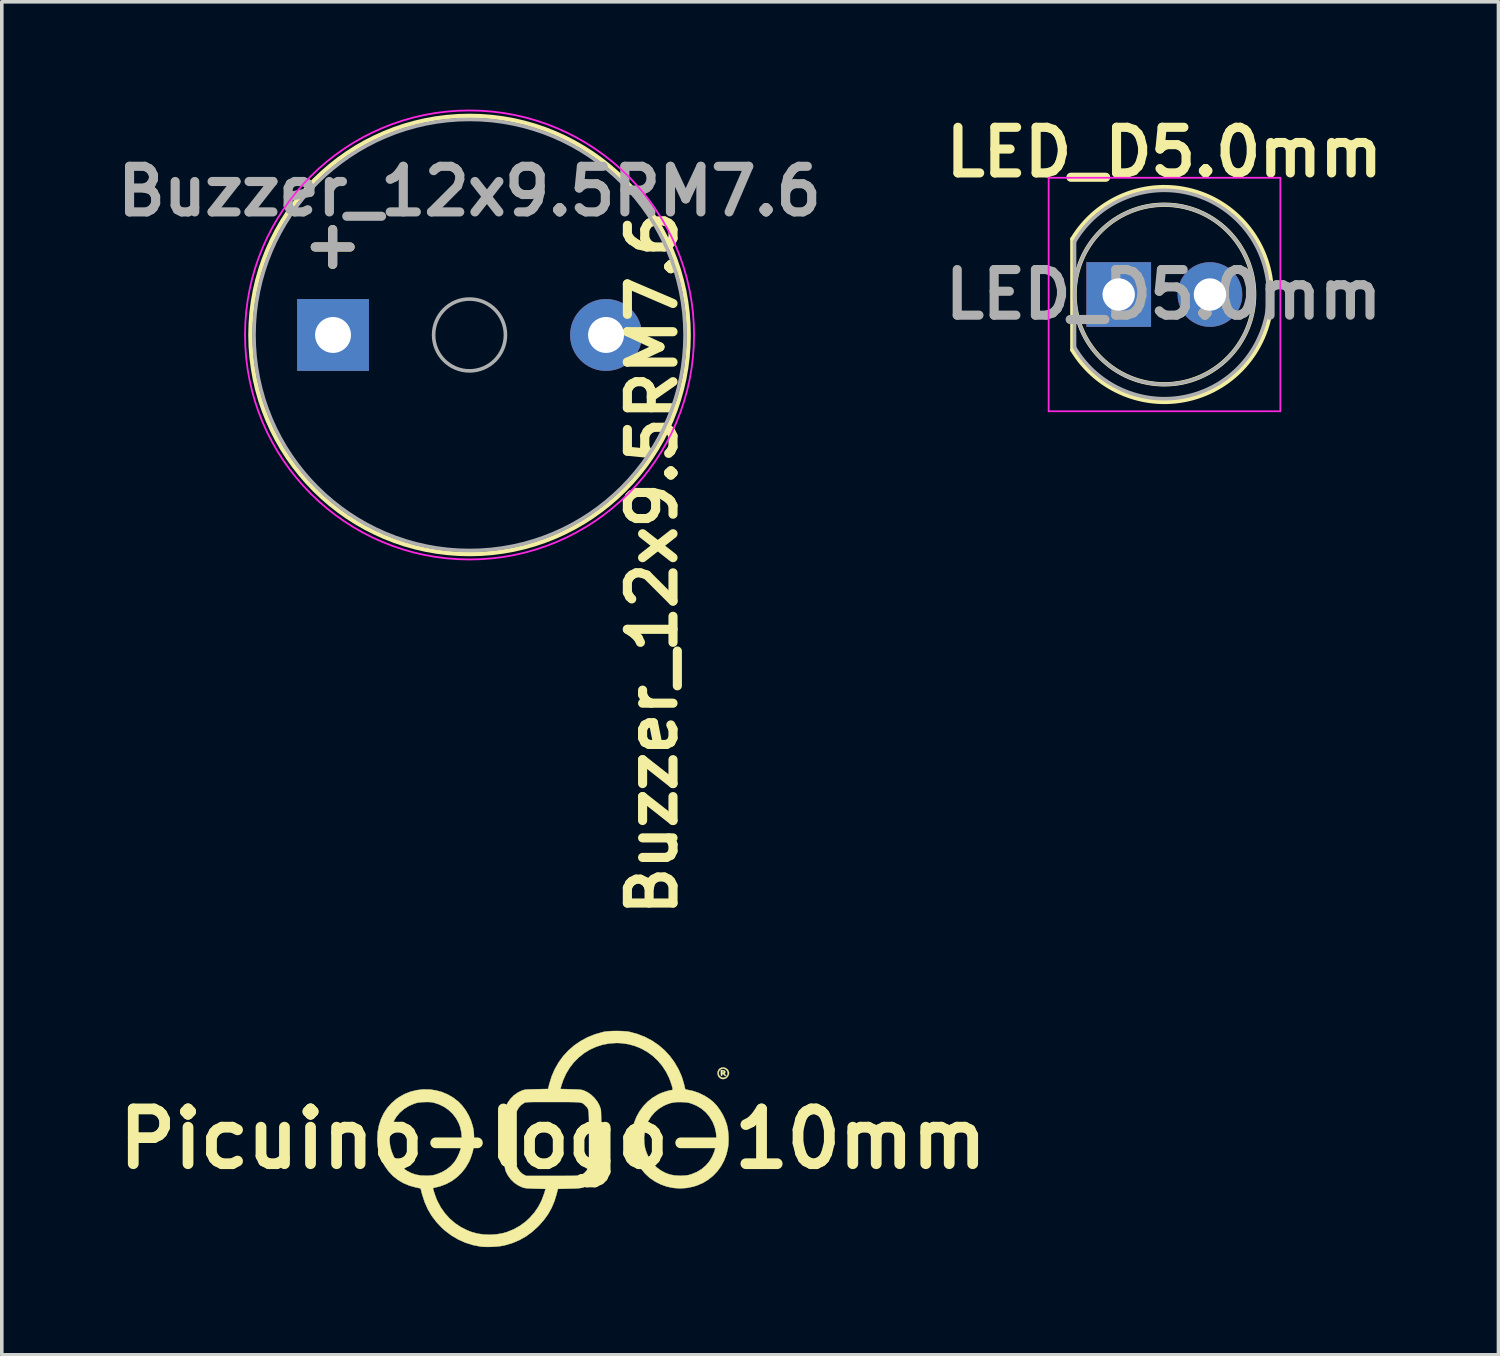
<source format=kicad_pcb>
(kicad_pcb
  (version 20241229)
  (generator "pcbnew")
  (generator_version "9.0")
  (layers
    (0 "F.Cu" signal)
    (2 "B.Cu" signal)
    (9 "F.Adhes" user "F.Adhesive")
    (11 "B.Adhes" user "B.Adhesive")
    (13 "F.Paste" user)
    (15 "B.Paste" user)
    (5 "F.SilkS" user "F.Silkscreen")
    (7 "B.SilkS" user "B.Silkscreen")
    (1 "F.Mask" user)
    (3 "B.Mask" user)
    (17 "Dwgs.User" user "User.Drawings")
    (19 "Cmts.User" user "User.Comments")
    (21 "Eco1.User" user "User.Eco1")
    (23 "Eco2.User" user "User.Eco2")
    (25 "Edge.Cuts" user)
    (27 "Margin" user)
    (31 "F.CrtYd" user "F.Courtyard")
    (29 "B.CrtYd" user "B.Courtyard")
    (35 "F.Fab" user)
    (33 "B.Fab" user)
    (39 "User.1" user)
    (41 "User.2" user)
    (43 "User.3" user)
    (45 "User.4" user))
  (footprint "Picuino-logo-10mm"
    (layer "F.Cu")
    (at 12.344 28.656)
    (property "Reference" "Picuino-logo-10mm" (at 0 0 0) (layer "F.SilkS") (effects (font (size 1.524 1.524) (thickness 0.3))))
    (attr through_hole)
    (fp_poly (pts (xy 4.726 -1.915) (xy 4.771 -1.905) (xy 4.796 -1.885) (xy 4.798 -1.857) (xy 4.79 -1.84) (xy 4.781 -1.819) (xy 4.787 -1.8) (xy 4.802 -1.783) (xy 4.82 -1.762) (xy 4.822 -1.754) (xy 4.807 -1.753) (xy 4.804 -1.753) (xy 4.779 -1.763) (xy 4.757 -1.784) (xy 4.739 -1.807) (xy 4.724 -1.816) (xy 4.715 -1.805) (xy 4.712 -1.784) (xy 4.705 -1.759) (xy 4.693 -1.753) (xy 4.682 -1.758) (xy 4.676 -1.778) (xy 4.674 -1.816) (xy 4.674 -1.836) (xy 4.674 -1.867) (xy 4.712 -1.867) (xy 4.718 -1.846) (xy 4.734 -1.844) (xy 4.753 -1.856) (xy 4.756 -1.867) (xy 4.746 -1.885) (xy 4.734 -1.89) (xy 4.716 -1.885) (xy 4.712 -1.867) (xy 4.674 -1.867) (xy 4.674 -1.919) (xy 4.726 -1.915)) (stroke (width 0.01) (type solid)) (fill yes) (layer "F.SilkS"))
    (fp_poly (pts (xy 4.805 -1.973) (xy 4.852 -1.942) (xy 4.886 -1.897) (xy 4.902 -1.842) (xy 4.902 -1.829) (xy 4.891 -1.78) (xy 4.864 -1.731) (xy 4.825 -1.694) (xy 4.812 -1.686) (xy 4.755 -1.666) (xy 4.701 -1.67) (xy 4.667 -1.683) (xy 4.622 -1.718) (xy 4.593 -1.767) (xy 4.585 -1.808) (xy 4.613 -1.808) (xy 4.63 -1.763) (xy 4.662 -1.728) (xy 4.704 -1.707) (xy 4.75 -1.702) (xy 4.797 -1.716) (xy 4.827 -1.739) (xy 4.854 -1.773) (xy 4.864 -1.812) (xy 4.864 -1.829) (xy 4.854 -1.881) (xy 4.827 -1.92) (xy 4.789 -1.945) (xy 4.745 -1.956) (xy 4.7 -1.951) (xy 4.659 -1.931) (xy 4.628 -1.894) (xy 4.616 -1.862) (xy 4.613 -1.808) (xy 4.585 -1.808) (xy 4.582 -1.822) (xy 4.588 -1.878) (xy 4.613 -1.929) (xy 4.643 -1.96) (xy 4.696 -1.985) (xy 4.752 -1.988) (xy 4.805 -1.973)) (stroke (width 0.01) (type solid)) (fill yes) (layer "F.SilkS"))
    (fp_poly (pts (xy 1.885 -3.003) (xy 1.985 -2.998) (xy 2.073 -2.99) (xy 2.134 -2.98) (xy 2.355 -2.919) (xy 2.564 -2.837) (xy 2.76 -2.734) (xy 2.94 -2.611) (xy 3.105 -2.469) (xy 3.253 -2.309) (xy 3.383 -2.132) (xy 3.495 -1.938) (xy 3.573 -1.763) (xy 3.594 -1.705) (xy 3.617 -1.631) (xy 3.641 -1.547) (xy 3.663 -1.462) (xy 3.675 -1.408) (xy 3.683 -1.387) (xy 3.7 -1.376) (xy 3.734 -1.368) (xy 3.745 -1.367) (xy 3.903 -1.334) (xy 4.061 -1.279) (xy 4.214 -1.205) (xy 4.357 -1.114) (xy 4.46 -1.03) (xy 4.555 -0.931) (xy 4.643 -0.813) (xy 4.723 -0.682) (xy 4.789 -0.543) (xy 4.838 -0.404) (xy 4.846 -0.374) (xy 4.869 -0.262) (xy 4.883 -0.134) (xy 4.888 -0.000311) (xy 4.884 0.13) (xy 4.872 0.245) (xy 4.83 0.426) (xy 4.766 0.596) (xy 4.682 0.754) (xy 4.579 0.897) (xy 4.459 1.024) (xy 4.322 1.134) (xy 4.171 1.226) (xy 4.006 1.297) (xy 3.904 1.328) (xy 3.72 1.365) (xy 3.535 1.377) (xy 3.353 1.364) (xy 3.176 1.328) (xy 3.005 1.268) (xy 2.842 1.185) (xy 2.689 1.08) (xy 2.678 1.071) (xy 2.558 0.958) (xy 2.451 0.827) (xy 2.361 0.681) (xy 2.288 0.524) (xy 2.235 0.36) (xy 2.216 0.27) (xy 2.205 0.183) (xy 2.199 0.08) (xy 2.198 -0.006) (xy 2.537 -0.006) (xy 2.543 0.133) (xy 2.564 0.257) (xy 2.601 0.376) (xy 2.635 0.453) (xy 2.71 0.589) (xy 2.796 0.704) (xy 2.897 0.801) (xy 3.015 0.885) (xy 3.023 0.89) (xy 3.139 0.95) (xy 3.257 0.992) (xy 3.382 1.016) (xy 3.521 1.024) (xy 3.575 1.024) (xy 3.65 1.021) (xy 3.708 1.016) (xy 3.757 1.009) (xy 3.805 0.997) (xy 3.861 0.98) (xy 4.009 0.919) (xy 4.141 0.838) (xy 4.256 0.739) (xy 4.355 0.623) (xy 4.435 0.49) (xy 4.495 0.343) (xy 4.536 0.182) (xy 4.546 0.112) (xy 4.552 -0.03) (xy 4.538 -0.178) (xy 4.505 -0.323) (xy 4.453 -0.457) (xy 4.439 -0.486) (xy 4.354 -0.624) (xy 4.253 -0.744) (xy 4.134 -0.844) (xy 3.999 -0.925) (xy 3.863 -0.982) (xy 3.813 -0.998) (xy 3.768 -1.01) (xy 3.722 -1.017) (xy 3.667 -1.022) (xy 3.595 -1.025) (xy 3.58 -1.026) (xy 3.461 -1.026) (xy 3.358 -1.016) (xy 3.263 -0.996) (xy 3.168 -0.962) (xy 3.078 -0.92) (xy 2.946 -0.84) (xy 2.831 -0.742) (xy 2.732 -0.627) (xy 2.653 -0.498) (xy 2.593 -0.356) (xy 2.554 -0.204) (xy 2.537 -0.043) (xy 2.537 -0.006) (xy 2.198 -0.006) (xy 2.198 -0.03) (xy 2.202 -0.137) (xy 2.21 -0.232) (xy 2.216 -0.27) (xy 2.259 -0.446) (xy 2.324 -0.613) (xy 2.41 -0.768) (xy 2.515 -0.911) (xy 2.637 -1.038) (xy 2.775 -1.147) (xy 2.927 -1.237) (xy 2.984 -1.264) (xy 3.042 -1.288) (xy 3.107 -1.31) (xy 3.173 -1.331) (xy 3.233 -1.347) (xy 3.281 -1.357) (xy 3.303 -1.359) (xy 3.321 -1.362) (xy 3.331 -1.373) (xy 3.331 -1.396) (xy 3.323 -1.436) (xy 3.307 -1.494) (xy 3.24 -1.686) (xy 3.151 -1.865) (xy 3.045 -2.029) (xy 2.921 -2.177) (xy 2.782 -2.308) (xy 2.629 -2.42) (xy 2.463 -2.514) (xy 2.286 -2.587) (xy 2.1 -2.638) (xy 1.906 -2.666) (xy 1.772 -2.672) (xy 1.573 -2.659) (xy 1.382 -2.623) (xy 1.199 -2.565) (xy 1.025 -2.485) (xy 0.863 -2.386) (xy 0.715 -2.267) (xy 0.58 -2.131) (xy 0.462 -1.978) (xy 0.361 -1.81) (xy 0.28 -1.628) (xy 0.237 -1.499) (xy 0.206 -1.391) (xy 0.494 -1.383) (xy 0.589 -1.381) (xy 0.663 -1.378) (xy 0.72 -1.375) (xy 0.764 -1.37) (xy 0.799 -1.365) (xy 0.828 -1.358) (xy 0.857 -1.349) (xy 0.861 -1.347) (xy 0.966 -1.297) (xy 1.065 -1.227) (xy 1.155 -1.141) (xy 1.231 -1.044) (xy 1.29 -0.94) (xy 1.328 -0.833) (xy 1.332 -0.815) (xy 1.335 -0.787) (xy 1.338 -0.737) (xy 1.34 -0.667) (xy 1.342 -0.58) (xy 1.344 -0.479) (xy 1.345 -0.367) (xy 1.346 -0.246) (xy 1.347 -0.12) (xy 1.347 0.008) (xy 1.346 0.137) (xy 1.346 0.262) (xy 1.345 0.382) (xy 1.344 0.493) (xy 1.342 0.592) (xy 1.34 0.677) (xy 1.338 0.745) (xy 1.335 0.792) (xy 1.332 0.815) (xy 1.301 0.913) (xy 1.249 1.012) (xy 1.181 1.108) (xy 1.101 1.193) (xy 1.013 1.264) (xy 0.985 1.282) (xy 0.938 1.309) (xy 0.896 1.33) (xy 0.854 1.347) (xy 0.81 1.359) (xy 0.758 1.368) (xy 0.695 1.374) (xy 0.617 1.379) (xy 0.519 1.382) (xy 0.453 1.383) (xy 0.137 1.391) (xy 0.102 1.53) (xy 0.041 1.731) (xy -0.037 1.916) (xy -0.133 2.089) (xy -0.25 2.252) (xy -0.39 2.41) (xy -0.418 2.439) (xy -0.58 2.587) (xy -0.749 2.711) (xy -0.928 2.812) (xy -1.118 2.894) (xy -1.323 2.956) (xy -1.401 2.973) (xy -1.471 2.985) (xy -1.56 2.994) (xy -1.66 3.001) (xy -1.763 3.005) (xy -1.862 3.005) (xy -1.949 3.002) (xy -2.013 2.996) (xy -2.229 2.954) (xy -2.438 2.888) (xy -2.638 2.799) (xy -2.826 2.688) (xy -3.002 2.556) (xy -3.096 2.471) (xy -3.248 2.309) (xy -3.378 2.138) (xy -3.485 1.955) (xy -3.572 1.759) (xy -3.641 1.547) (xy -3.646 1.527) (xy -3.661 1.47) (xy -3.673 1.422) (xy -3.682 1.39) (xy -3.687 1.377) (xy -3.687 1.377) (xy -3.699 1.374) (xy -3.732 1.367) (xy -3.778 1.357) (xy -3.817 1.349) (xy -3.996 1.3) (xy -4.163 1.23) (xy -4.316 1.14) (xy -4.454 1.031) (xy -4.575 0.903) (xy -4.678 0.759) (xy -4.736 0.654) (xy -4.8 0.512) (xy -4.845 0.376) (xy -4.874 0.239) (xy -4.888 0.092) (xy -4.889 0.043) (xy -4.551 0.043) (xy -4.533 0.196) (xy -4.494 0.345) (xy -4.436 0.486) (xy -4.359 0.615) (xy -4.266 0.729) (xy -4.2 0.792) (xy -4.078 0.881) (xy -3.952 0.948) (xy -3.819 0.994) (xy -3.675 1.019) (xy -3.517 1.024) (xy -3.512 1.024) (xy -3.436 1.021) (xy -3.378 1.016) (xy -3.329 1.009) (xy -3.281 0.997) (xy -3.229 0.981) (xy -3.087 0.923) (xy -2.957 0.846) (xy -2.843 0.753) (xy -2.747 0.646) (xy -2.741 0.639) (xy -2.693 0.565) (xy -2.646 0.476) (xy -2.605 0.381) (xy -2.573 0.291) (xy -2.558 0.235) (xy -2.539 0.098) (xy -2.537 -0.047) (xy -2.552 -0.191) (xy -2.582 -0.327) (xy -2.622 -0.437) (xy -2.695 -0.573) (xy -2.789 -0.695) (xy -2.9 -0.802) (xy -3.026 -0.891) (xy -3.165 -0.96) (xy -3.301 -1.005) (xy -3.351 -1.016) (xy -3.398 -1.024) (xy -3.447 -1.027) (xy -3.508 -1.028) (xy -3.58 -1.026) (xy -3.656 -1.023) (xy -3.714 -1.018) (xy -3.761 -1.011) (xy -3.805 -1) (xy -3.854 -0.985) (xy -3.863 -0.982) (xy -4.013 -0.917) (xy -4.147 -0.833) (xy -4.264 -0.732) (xy -4.362 -0.614) (xy -4.441 -0.481) (xy -4.5 -0.335) (xy -4.538 -0.176) (xy -4.546 -0.112) (xy -4.551 0.043) (xy -4.889 0.043) (xy -4.89 0.001) (xy -4.878 -0.193) (xy -4.844 -0.376) (xy -4.788 -0.55) (xy -4.712 -0.711) (xy -4.615 -0.859) (xy -4.498 -0.992) (xy -4.362 -1.11) (xy -4.286 -1.163) (xy -4.128 -1.251) (xy -3.962 -1.316) (xy -3.79 -1.358) (xy -3.615 -1.379) (xy -3.439 -1.377) (xy -3.265 -1.352) (xy -3.095 -1.307) (xy -2.932 -1.239) (xy -2.778 -1.15) (xy -2.636 -1.04) (xy -2.528 -0.928) (xy -2.43 -0.798) (xy -2.346 -0.653) (xy -2.279 -0.499) (xy -2.231 -0.342) (xy -2.216 -0.271) (xy -2.205 -0.186) (xy -2.199 -0.085) (xy -2.198 0.022) (xy -2.201 0.127) (xy -2.209 0.221) (xy -2.211 0.236) (xy -2.228 0.323) (xy -2.255 0.421) (xy -2.289 0.521) (xy -2.326 0.613) (xy -2.34 0.641) (xy -2.431 0.797) (xy -2.542 0.938) (xy -2.669 1.062) (xy -2.811 1.167) (xy -2.966 1.252) (xy -3.131 1.315) (xy -3.235 1.342) (xy -3.282 1.352) (xy -3.318 1.361) (xy -3.337 1.366) (xy -3.338 1.366) (xy -3.338 1.381) (xy -3.33 1.414) (xy -3.317 1.461) (xy -3.299 1.516) (xy -3.279 1.576) (xy -3.257 1.636) (xy -3.236 1.689) (xy -3.222 1.721) (xy -3.126 1.903) (xy -3.01 2.068) (xy -2.877 2.216) (xy -2.727 2.346) (xy -2.56 2.457) (xy -2.38 2.547) (xy -2.261 2.593) (xy -2.1 2.636) (xy -1.928 2.661) (xy -1.751 2.667) (xy -1.574 2.656) (xy -1.404 2.627) (xy -1.283 2.593) (xy -1.094 2.516) (xy -0.919 2.418) (xy -0.758 2.299) (xy -0.645 2.194) (xy -0.514 2.045) (xy -0.406 1.886) (xy -0.317 1.714) (xy -0.247 1.525) (xy -0.247 1.524) (xy -0.206 1.391) (xy -0.487 1.384) (xy -0.582 1.381) (xy -0.656 1.378) (xy -0.712 1.375) (xy -0.756 1.37) (xy -0.791 1.365) (xy -0.822 1.357) (xy -0.851 1.348) (xy -0.968 1.294) (xy -1.077 1.219) (xy -1.172 1.127) (xy -1.25 1.022) (xy -1.273 0.98) (xy -1.289 0.95) (xy -1.303 0.922) (xy -1.314 0.896) (xy -1.323 0.868) (xy -1.331 0.837) (xy -1.338 0.801) (xy -1.342 0.757) (xy -1.346 0.703) (xy -1.349 0.638) (xy -1.351 0.558) (xy -1.352 0.463) (xy -1.352 0.349) (xy -1.353 0.216) (xy -1.353 0.059) (xy -1.353 -0.013) (xy -1.353 -0.768) (xy -1.01 -0.768) (xy -1.01 0.768) (xy -0.981 0.822) (xy -0.924 0.906) (xy -0.856 0.969) (xy -0.81 0.996) (xy -0.744 1.029) (xy -0.002 1.029) (xy 0.155 1.029) (xy 0.287 1.029) (xy 0.399 1.028) (xy 0.491 1.028) (xy 0.566 1.027) (xy 0.626 1.026) (xy 0.673 1.024) (xy 0.709 1.022) (xy 0.736 1.019) (xy 0.757 1.016) (xy 0.772 1.012) (xy 0.785 1.007) (xy 0.795 1.003) (xy 0.868 0.954) (xy 0.932 0.888) (xy 0.973 0.82) (xy 1.003 0.756) (xy 1.003 -0.002) (xy 1.003 -0.167) (xy 1.003 -0.308) (xy 1.003 -0.427) (xy 1.002 -0.528) (xy 1 -0.611) (xy 0.997 -0.679) (xy 0.993 -0.734) (xy 0.988 -0.777) (xy 0.981 -0.811) (xy 0.972 -0.839) (xy 0.961 -0.861) (xy 0.947 -0.88) (xy 0.931 -0.897) (xy 0.913 -0.916) (xy 0.901 -0.927) (xy 0.881 -0.948) (xy 0.863 -0.965) (xy 0.846 -0.98) (xy 0.826 -0.992) (xy 0.803 -1.002) (xy 0.773 -1.01) (xy 0.735 -1.016) (xy 0.688 -1.021) (xy 0.628 -1.024) (xy 0.554 -1.026) (xy 0.464 -1.027) (xy 0.355 -1.028) (xy 0.226 -1.028) (xy 0.075 -1.028) (xy -0.004 -1.028) (xy -0.16 -1.028) (xy -0.294 -1.028) (xy -0.405 -1.028) (xy -0.498 -1.028) (xy -0.574 -1.027) (xy -0.634 -1.026) (xy -0.681 -1.024) (xy -0.717 -1.022) (xy -0.744 -1.02) (xy -0.764 -1.016) (xy -0.779 -1.012) (xy -0.791 -1.008) (xy -0.8 -1.003) (xy -0.884 -0.947) (xy -0.95 -0.875) (xy -0.976 -0.833) (xy -1.01 -0.768) (xy -1.353 -0.768) (xy -1.353 -0.794) (xy -1.323 -0.876) (xy -1.264 -1.002) (xy -1.185 -1.115) (xy -1.088 -1.213) (xy -0.975 -1.293) (xy -0.855 -1.35) (xy -0.83 -1.358) (xy -0.804 -1.365) (xy -0.773 -1.371) (xy -0.735 -1.375) (xy -0.684 -1.378) (xy -0.619 -1.38) (xy -0.534 -1.382) (xy -0.459 -1.384) (xy -0.136 -1.391) (xy -0.102 -1.53) (xy -0.036 -1.744) (xy 0.051 -1.945) (xy 0.159 -2.133) (xy 0.285 -2.306) (xy 0.43 -2.463) (xy 0.593 -2.604) (xy 0.771 -2.726) (xy 0.963 -2.83) (xy 1.17 -2.913) (xy 1.389 -2.975) (xy 1.41 -2.98) (xy 1.48 -2.991) (xy 1.569 -2.999) (xy 1.67 -3.004) (xy 1.778 -3.005) (xy 1.885 -3.003)) (stroke (width 0.01) (type solid)) (fill yes) (layer "F.SilkS")))
  (footprint "LED_D5.0mm"
    (layer "F.Cu")
    (at 28.093 5.149)
    (property "Reference" "LED_D5.0mm" (at 1.27 -3.96 0) (layer "F.SilkS") (effects (font (size 1.27 1.27) (thickness 0.254))))
    (attr through_hole)
    (fp_line (start -1.29 -1.545) (end -1.29 1.545) (stroke (width 0.12) (type solid)) (layer "F.SilkS"))
    (fp_arc (start -1.29 -1.54483) (mid 2.072002 -2.880433) (end 4.26 0.000462) (stroke (width 0.12) (type solid)) (layer "F.SilkS"))
    (fp_arc (start 4.26 -0.000462) (mid 2.072002 2.880433) (end -1.29 1.54483) (stroke (width 0.12) (type solid)) (layer "F.SilkS"))
    (fp_circle (center 1.27 0) (end 3.77 0) (stroke (width 0.12) (type solid)) (fill no) (layer "F.SilkS"))
    (fp_line (start -1.95 -3.25) (end -1.95 3.25) (stroke (width 0.05) (type solid)) (layer "F.CrtYd"))
    (fp_line (start -1.95 3.25) (end 4.5 3.25) (stroke (width 0.05) (type solid)) (layer "F.CrtYd"))
    (fp_line (start 4.5 -3.25) (end -1.95 -3.25) (stroke (width 0.05) (type solid)) (layer "F.CrtYd"))
    (fp_line (start 4.5 3.25) (end 4.5 -3.25) (stroke (width 0.05) (type solid)) (layer "F.CrtYd"))
    (fp_line (start -1.23 -1.47) (end -1.23 1.47) (stroke (width 0.1) (type solid)) (layer "F.Fab"))
    (fp_arc (start -1.23 -1.469694) (mid 4.17 0.000016) (end -1.230016 1.469666) (stroke (width 0.1) (type solid)) (layer "F.Fab"))
    (fp_circle (center 1.27 0) (end 3.77 0) (stroke (width 0.1) (type solid)) (fill no) (layer "F.Fab"))
    (fp_text user "${REFERENCE}" (at 1.25 0 0) (layer "F.Fab") (effects (font (size 1.27 1.27) (thickness 0.254))))
    (pad "1" thru_hole rect (at 0 0) (size 1.8 1.8) (drill 0.9) (layers "*.Cu" "*.Mask"))
    (pad "2" thru_hole circle (at 2.54 0) (size 1.8 1.8) (drill 0.9) (layers "*.Cu" "*.Mask")))
  (footprint "Buzzer_12x9.5RM7.6"
    (layer "F.Cu")
    (at 6.221 6.275)
    (property "Reference" "Buzzer_12x9.5RM7.6" (at 8.89 6.35 90) (layer "F.SilkS") (effects (font (size 1.27 1.27) (thickness 0.254))))
    (attr through_hole)
    (fp_circle (center 3.8 0) (end 9.9 0) (stroke (width 0.12) (type solid)) (fill no) (layer "F.SilkS"))
    (fp_circle (center 3.8 0) (end 10.05 0) (stroke (width 0.05) (type solid)) (fill no) (layer "F.CrtYd"))
    (fp_circle (center 3.8 0) (end 4.8 0) (stroke (width 0.1) (type solid)) (fill no) (layer "F.Fab"))
    (fp_circle (center 3.8 0) (end 9.8 0) (stroke (width 0.1) (type solid)) (fill no) (layer "F.Fab"))
    (fp_text user "+" (at -0.01 -2.54 0) (layer "F.SilkS") (effects (font (size 1.27 1.27) (thickness 0.254))))
    (fp_text user "${REFERENCE}" (at 3.8 -4 0) (layer "F.Fab") (effects (font (size 1.27 1.27) (thickness 0.254))))
    (fp_text user "+" (at -0.01 -2.54 0) (layer "F.Fab") (effects (font (size 1.27 1.27) (thickness 0.254))))
    (pad "1" thru_hole rect (at 0 0) (size 2 2) (drill 1) (layers "*.Cu" "*.Mask"))
    (pad "2" thru_hole circle (at 7.6 0) (size 2 2) (drill 1) (layers "*.Cu" "*.Mask")))
  (gr_rect
    (start -3 -3)
    (end 38.665 34.666)
    (stroke (width 0.1) (type default))
    (fill no)
    (layer "Edge.Cuts")))
</source>
